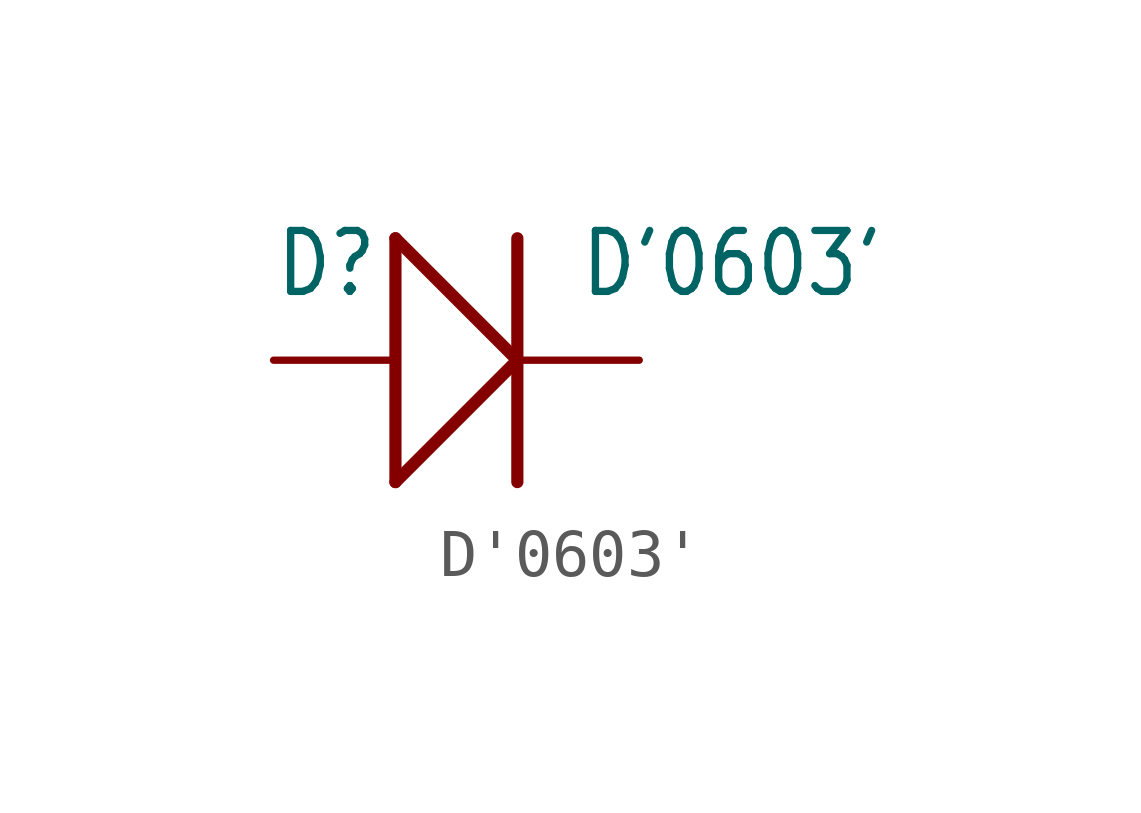
<source format=kicad_sym>
(kicad_symbol_lib
  (version 20211014)
  (generator kicad_symbol_editor)
  (symbol "D'0603'"
    (property "Reference" "D"
      (at -3.81 1.27 0)
      (effects (font (size 1.27 1.079)) (justify left bottom)))
    (property "Value" "D'0603'"
      (at 2.54 1.27 0)
      (effects (font (size 1.27 1.079)) (justify left bottom)))
    (property "ki_locked" ""
      (at 0 0 0)
      (effects (font (size 1.27 1.27))))
    (symbol "D'0603'_1_0"
      (polyline (pts (xy -1.27 -2.54) (xy -1.27 2.54)) (stroke (width 0.254) (type default) (color 0 0 0 0)) (fill (type none)))
      (polyline (pts (xy -1.27 -2.54) (xy 1.27 0)) (stroke (width 0.254) (type default) (color 0 0 0 0)) (fill (type none)))
      (polyline (pts (xy -1.27 2.54) (xy 1.27 0)) (stroke (width 0.254) (type default) (color 0 0 0 0)) (fill (type none)))
      (polyline (pts (xy 1.27 2.54) (xy 1.27 -2.54)) (stroke (width 0.254) (type default) (color 0 0 0 0)) (fill (type none)))
      (pin passive line (at -3.81 0 0) (length 2.54) (name "+" (effects (font (size 0 0)))) (number "+" (effects (font (size 0 0)))))
      (pin passive line (at 3.81 0 180) (length 2.54) (name "-" (effects (font (size 0 0)))) (number "-" (effects (font (size 0 0))))))))
</source>
